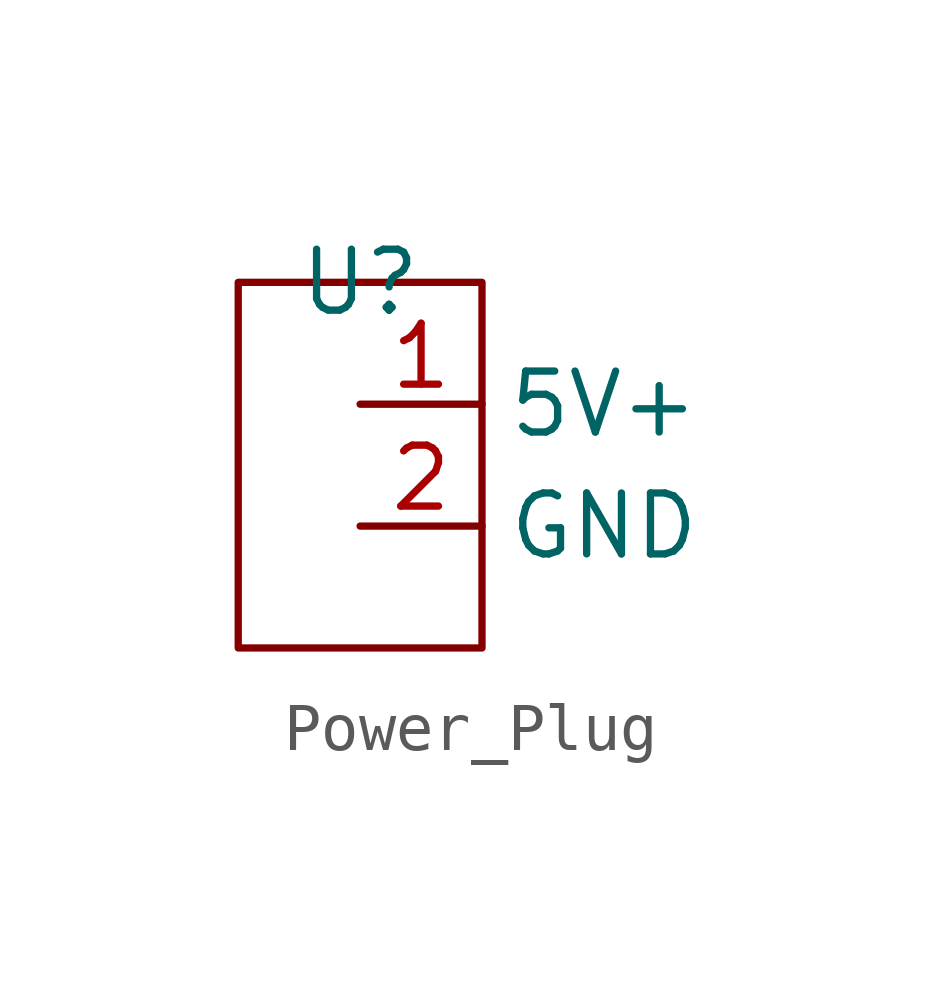
<source format=kicad_sym>
(kicad_symbol_lib
  (version 20220914)
  (generator kicad_symbol_editor)
  (symbol "Power_Plug"
    (property "Reference" "U"
      (at 0 0 0)
      (effects (font (size 1.27 1.27))))
    (property "Value" ""
      (at 0 0 0)
      (effects (font (size 1.27 1.27))))
    (symbol "Power_Plug_0_1"
      (rectangle (start 2.54 0) (end -2.54 -7.62) (stroke (width 0) (type default)) (fill (type none))))
    (symbol "Power_Plug_1_1"
      (pin power_in line (at 0 -2.54 0) (length 2.54) (name "5V+" (effects (font (size 1.27 1.27)))) (number "1" (effects (font (size 1.27 1.27)))))
      (pin power_in line (at 0 -5.08 0) (length 2.54) (name "GND" (effects (font (size 1.27 1.27)))) (number "2" (effects (font (size 1.27 1.27))))))))
</source>
